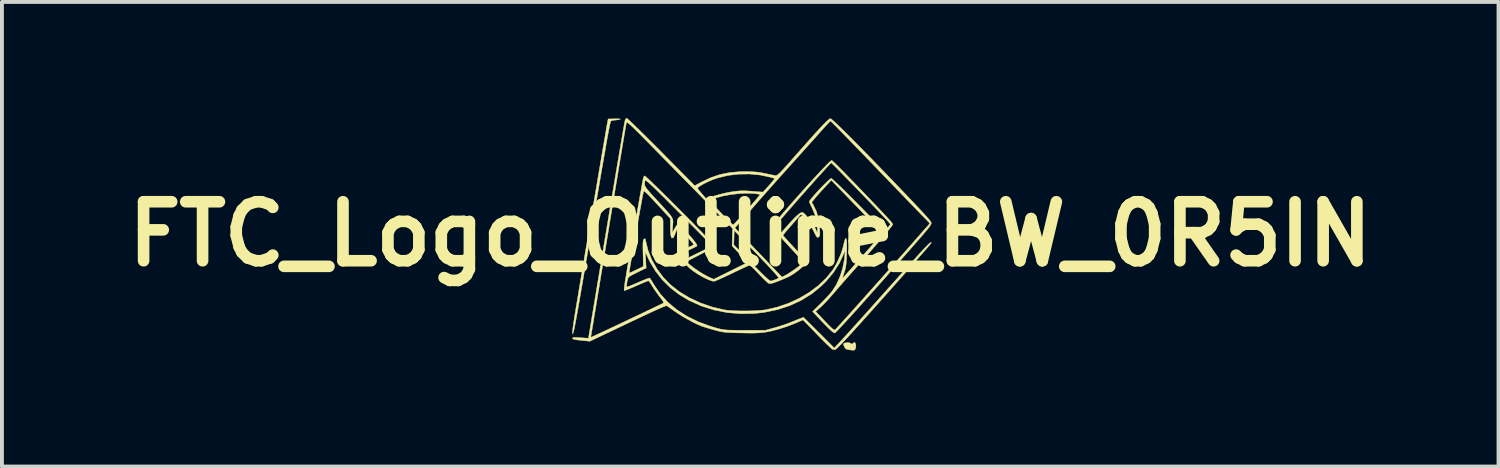
<source format=kicad_pcb>
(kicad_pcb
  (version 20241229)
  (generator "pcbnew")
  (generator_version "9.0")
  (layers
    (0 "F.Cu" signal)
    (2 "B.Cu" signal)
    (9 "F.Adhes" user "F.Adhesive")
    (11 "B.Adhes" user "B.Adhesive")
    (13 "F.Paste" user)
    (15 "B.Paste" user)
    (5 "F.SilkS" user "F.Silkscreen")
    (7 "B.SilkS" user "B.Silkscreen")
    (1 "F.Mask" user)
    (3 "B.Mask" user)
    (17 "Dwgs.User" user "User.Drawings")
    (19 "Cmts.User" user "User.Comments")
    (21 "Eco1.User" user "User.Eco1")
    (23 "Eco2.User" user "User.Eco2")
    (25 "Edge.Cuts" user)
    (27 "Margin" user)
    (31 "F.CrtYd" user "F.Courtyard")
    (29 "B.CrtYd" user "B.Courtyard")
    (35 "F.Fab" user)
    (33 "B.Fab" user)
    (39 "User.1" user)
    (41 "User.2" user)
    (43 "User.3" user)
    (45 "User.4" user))
  (footprint "FTC_Logo_Outline_BW_0R5IN"
    (layer "F.Cu")
    (at 16.336 2.998)
    (property "Reference" "FTC_Logo_Outline_BW_0R5IN" (at 0 0 0) (layer "F.SilkS") (effects (font (size 1.524 1.524) (thickness 0.3))))
    (attr through_hole)
    (fp_poly (pts (xy 2.712 2.812) (xy 2.728 2.859) (xy 2.731 2.899) (xy 2.719 2.965) (xy 2.688 3) (xy 2.649 3.002) (xy 2.621 2.998) (xy 2.568 2.992) (xy 2.551 2.99) (xy 2.491 2.978) (xy 2.455 2.95) (xy 2.444 2.932) (xy 2.582 2.932) (xy 2.593 2.942) (xy 2.603 2.932) (xy 2.593 2.921) (xy 2.582 2.932) (xy 2.444 2.932) (xy 2.432 2.91) (xy 2.667 2.91) (xy 2.678 2.921) (xy 2.688 2.91) (xy 2.678 2.9) (xy 2.667 2.91) (xy 2.432 2.91) (xy 2.431 2.908) (xy 2.41 2.859) (xy 2.41 2.835) (xy 2.433 2.82) (xy 2.448 2.814) (xy 2.507 2.804) (xy 2.568 2.811) (xy 2.611 2.833) (xy 2.616 2.84) (xy 2.636 2.842) (xy 2.655 2.824) (xy 2.687 2.799) (xy 2.712 2.812)) (stroke (width 0.01) (type solid)) (fill yes) (layer "F.SilkS"))
    (fp_poly (pts (xy -3.361 -2.974) (xy -3.357 -2.967) (xy -3.365 -2.964) (xy -3.425 -2.951) (xy -3.493 -2.944) (xy -3.551 -2.937) (xy -3.594 -2.924) (xy -3.596 -2.923) (xy -3.6 -2.919) (xy -3.605 -2.91) (xy -3.61 -2.894) (xy -3.617 -2.87) (xy -3.625 -2.837) (xy -3.635 -2.791) (xy -3.646 -2.732) (xy -3.661 -2.658) (xy -3.678 -2.567) (xy -3.698 -2.458) (xy -3.721 -2.328) (xy -3.747 -2.176) (xy -3.778 -2) (xy -3.813 -1.799) (xy -3.853 -1.57) (xy -3.897 -1.312) (xy -3.946 -1.024) (xy -4.001 -0.703) (xy -4.062 -0.347) (xy -4.128 0.044) (xy -4.201 0.473) (xy -4.281 0.941) (xy -4.308 1.101) (xy -4.361 1.409) (xy -4.407 1.677) (xy -4.447 1.907) (xy -4.482 2.1) (xy -4.511 2.258) (xy -4.535 2.383) (xy -4.554 2.476) (xy -4.57 2.539) (xy -4.581 2.573) (xy -4.588 2.581) (xy -4.592 2.564) (xy -4.593 2.53) (xy -4.59 2.491) (xy -4.581 2.417) (xy -4.567 2.317) (xy -4.549 2.199) (xy -4.529 2.069) (xy -4.528 2.066) (xy -4.515 1.986) (xy -4.497 1.872) (xy -4.472 1.727) (xy -4.443 1.553) (xy -4.41 1.354) (xy -4.373 1.134) (xy -4.333 0.895) (xy -4.29 0.64) (xy -4.245 0.374) (xy -4.198 0.098) (xy -4.151 -0.183) (xy -4.103 -0.466) (xy -4.055 -0.748) (xy -4.007 -1.027) (xy -3.961 -1.297) (xy -3.917 -1.558) (xy -3.875 -1.804) (xy -3.836 -2.034) (xy -3.8 -2.243) (xy -3.768 -2.429) (xy -3.741 -2.588) (xy -3.719 -2.717) (xy -3.702 -2.813) (xy -3.692 -2.872) (xy -3.688 -2.889) (xy -3.671 -2.974) (xy -3.492 -2.978) (xy -3.406 -2.978) (xy -3.361 -2.974)) (stroke (width 0.01) (type solid)) (fill yes) (layer "F.SilkS"))
    (fp_poly (pts (xy -3.187 -2.99) (xy -3.158 -2.967) (xy -3.103 -2.916) (xy -3.022 -2.839) (xy -2.918 -2.739) (xy -2.794 -2.617) (xy -2.652 -2.476) (xy -2.493 -2.319) (xy -2.321 -2.146) (xy -2.138 -1.961) (xy -2.014 -1.836) (xy -1.435 -1.249) (xy -1.263 -1.342) (xy -1.023 -1.456) (xy -0.783 -1.538) (xy -0.533 -1.589) (xy -0.264 -1.613) (xy -0.127 -1.615) (xy 0.034 -1.612) (xy 0.17 -1.602) (xy 0.298 -1.583) (xy 0.381 -1.566) (xy 0.478 -1.546) (xy 0.565 -1.528) (xy 0.63 -1.515) (xy 0.656 -1.511) (xy 0.674 -1.512) (xy 0.696 -1.523) (xy 0.726 -1.546) (xy 0.768 -1.584) (xy 0.823 -1.641) (xy 0.895 -1.719) (xy 0.987 -1.821) (xy 1.101 -1.95) (xy 1.185 -2.045) (xy 1.373 -2.258) (xy 1.534 -2.439) (xy 1.671 -2.592) (xy 1.786 -2.717) (xy 1.879 -2.816) (xy 1.953 -2.89) (xy 2.008 -2.942) (xy 2.047 -2.973) (xy 2.071 -2.984) (xy 2.073 -2.985) (xy 2.098 -2.969) (xy 2.149 -2.925) (xy 2.226 -2.854) (xy 2.326 -2.758) (xy 2.448 -2.638) (xy 2.591 -2.496) (xy 2.751 -2.334) (xy 2.928 -2.155) (xy 3.12 -1.959) (xy 3.324 -1.748) (xy 3.539 -1.525) (xy 3.763 -1.292) (xy 3.865 -1.185) (xy 4.042 -1) (xy 4.191 -0.843) (xy 4.316 -0.711) (xy 4.417 -0.603) (xy 4.498 -0.515) (xy 4.561 -0.446) (xy 4.608 -0.392) (xy 4.641 -0.352) (xy 4.662 -0.322) (xy 4.673 -0.301) (xy 4.678 -0.285) (xy 4.678 -0.282) (xy 4.675 -0.265) (xy 4.666 -0.243) (xy 4.648 -0.214) (xy 4.619 -0.173) (xy 4.575 -0.118) (xy 4.514 -0.045) (xy 4.435 0.048) (xy 4.333 0.165) (xy 4.208 0.308) (xy 4.126 0.402) (xy 3.86 0.704) (xy 3.61 0.988) (xy 3.376 1.252) (xy 3.16 1.495) (xy 2.962 1.716) (xy 2.785 1.915) (xy 2.628 2.088) (xy 2.493 2.237) (xy 2.381 2.358) (xy 2.292 2.452) (xy 2.229 2.517) (xy 2.192 2.551) (xy 2.183 2.557) (xy 2.154 2.546) (xy 2.104 2.507) (xy 2.03 2.439) (xy 1.932 2.34) (xy 1.877 2.283) (xy 1.611 2.002) (xy 1.818 1.8) (xy 1.906 1.711) (xy 1.993 1.619) (xy 2.07 1.533) (xy 2.125 1.465) (xy 2.126 1.465) (xy 2.23 1.299) (xy 2.318 1.104) (xy 2.387 0.89) (xy 2.431 0.667) (xy 2.443 0.561) (xy 2.449 0.485) (xy 2.45 0.447) (xy 2.446 0.443) (xy 2.434 0.467) (xy 2.425 0.491) (xy 2.303 0.754) (xy 2.147 0.998) (xy 1.954 1.227) (xy 1.842 1.338) (xy 1.596 1.54) (xy 1.323 1.71) (xy 1.026 1.848) (xy 0.706 1.953) (xy 0.367 2.023) (xy 0.112 2.052) (xy -0.246 2.059) (xy -0.598 2.029) (xy -0.941 1.96) (xy -1.269 1.856) (xy -1.579 1.716) (xy -1.839 1.561) (xy -2.066 1.385) (xy -2.271 1.182) (xy -2.448 0.956) (xy -2.592 0.717) (xy -2.637 0.624) (xy -2.712 0.455) (xy -2.7 0.667) (xy -2.689 0.878) (xy -2.899 0.979) (xy -2.988 1.024) (xy -3.064 1.064) (xy -3.119 1.096) (xy -3.14 1.111) (xy -3.158 1.145) (xy -3.175 1.202) (xy -3.188 1.267) (xy -3.195 1.326) (xy -3.193 1.363) (xy -3.19 1.367) (xy -3.169 1.363) (xy -3.115 1.344) (xy -3.037 1.312) (xy -2.942 1.272) (xy -2.897 1.252) (xy -2.796 1.208) (xy -2.709 1.173) (xy -2.643 1.147) (xy -2.604 1.136) (xy -2.599 1.136) (xy -2.581 1.157) (xy -2.549 1.206) (xy -2.509 1.274) (xy -2.495 1.298) (xy -2.33 1.54) (xy -2.131 1.76) (xy -1.897 1.955) (xy -1.631 2.126) (xy -1.332 2.272) (xy -1.001 2.392) (xy -0.873 2.429) (xy -0.807 2.447) (xy -0.749 2.46) (xy -0.691 2.47) (xy -0.627 2.477) (xy -0.55 2.482) (xy -0.453 2.484) (xy -0.329 2.486) (xy -0.171 2.486) (xy -0.138 2.486) (xy 0.392 2.487) (xy 0.636 2.419) (xy 0.752 2.385) (xy 0.872 2.346) (xy 0.979 2.309) (xy 1.038 2.285) (xy 1.127 2.249) (xy 1.214 2.213) (xy 1.282 2.186) (xy 1.286 2.185) (xy 1.377 2.15) (xy 1.775 2.547) (xy 2.173 2.945) (xy 2.395 2.706) (xy 2.454 2.642) (xy 2.537 2.551) (xy 2.64 2.436) (xy 2.761 2.303) (xy 2.895 2.154) (xy 3.038 1.995) (xy 3.186 1.829) (xy 3.337 1.661) (xy 3.355 1.64) (xy 3.578 1.391) (xy 3.775 1.171) (xy 3.947 0.98) (xy 4.095 0.814) (xy 4.223 0.674) (xy 4.33 0.556) (xy 4.419 0.458) (xy 4.491 0.38) (xy 4.549 0.32) (xy 4.594 0.275) (xy 4.627 0.244) (xy 4.65 0.225) (xy 4.665 0.216) (xy 4.674 0.216) (xy 4.677 0.223) (xy 4.678 0.23) (xy 4.664 0.249) (xy 4.625 0.296) (xy 4.562 0.369) (xy 4.479 0.464) (xy 4.378 0.58) (xy 4.262 0.712) (xy 4.133 0.859) (xy 3.994 1.017) (xy 3.847 1.183) (xy 3.695 1.354) (xy 3.541 1.528) (xy 3.387 1.701) (xy 3.236 1.87) (xy 3.089 2.034) (xy 2.951 2.188) (xy 2.824 2.33) (xy 2.709 2.457) (xy 2.61 2.566) (xy 2.529 2.655) (xy 2.483 2.704) (xy 2.4 2.792) (xy 2.324 2.87) (xy 2.262 2.931) (xy 2.219 2.971) (xy 2.203 2.983) (xy 2.158 2.989) (xy 2.108 2.965) (xy 2.077 2.939) (xy 2.022 2.887) (xy 1.947 2.815) (xy 1.858 2.726) (xy 1.76 2.627) (xy 1.708 2.572) (xy 1.365 2.218) (xy 1.192 2.293) (xy 0.979 2.377) (xy 0.756 2.45) (xy 0.542 2.507) (xy 0.417 2.532) (xy 0.335 2.544) (xy 0.247 2.552) (xy 0.145 2.557) (xy 0.022 2.559) (xy -0.131 2.557) (xy -0.233 2.555) (xy -0.387 2.552) (xy -0.507 2.547) (xy -0.601 2.542) (xy -0.679 2.534) (xy -0.747 2.523) (xy -0.815 2.509) (xy -0.891 2.489) (xy -0.921 2.481) (xy -1.025 2.451) (xy -1.123 2.422) (xy -1.203 2.397) (xy -1.243 2.384) (xy -1.347 2.341) (xy -1.473 2.28) (xy -1.61 2.206) (xy -1.748 2.128) (xy -1.873 2.049) (xy -1.944 2.001) (xy -2.022 1.946) (xy -2.089 1.899) (xy -2.136 1.866) (xy -2.153 1.855) (xy -2.162 1.853) (xy -2.178 1.856) (xy -2.205 1.864) (xy -2.244 1.879) (xy -2.299 1.902) (xy -2.371 1.934) (xy -2.465 1.976) (xy -2.582 2.03) (xy -2.725 2.097) (xy -2.897 2.178) (xy -3.101 2.274) (xy -3.338 2.387) (xy -3.475 2.452) (xy -4.145 2.77) (xy -4.369 2.747) (xy -4.475 2.735) (xy -4.544 2.723) (xy -4.581 2.71) (xy -4.593 2.695) (xy -4.593 2.694) (xy -4.587 2.68) (xy -4.563 2.673) (xy -4.514 2.671) (xy -4.433 2.675) (xy -4.387 2.678) (xy -4.18 2.693) (xy -4.175 2.661) (xy -4.117 2.661) (xy -4.113 2.667) (xy -4.092 2.658) (xy -4.037 2.633) (xy -3.951 2.593) (xy -3.838 2.541) (xy -3.701 2.477) (xy -3.545 2.404) (xy -3.374 2.323) (xy -3.19 2.236) (xy -3.178 2.23) (xy -2.993 2.143) (xy -2.82 2.061) (xy -2.663 1.985) (xy -2.524 1.919) (xy -2.409 1.864) (xy -2.32 1.821) (xy -2.262 1.792) (xy -2.238 1.779) (xy -2.238 1.779) (xy -2.243 1.758) (xy -2.271 1.712) (xy -2.315 1.65) (xy -2.34 1.618) (xy -2.406 1.53) (xy -2.474 1.434) (xy -2.529 1.349) (xy -2.535 1.339) (xy -2.575 1.274) (xy -2.609 1.227) (xy -2.63 1.207) (xy -2.631 1.206) (xy -2.657 1.215) (xy -2.713 1.237) (xy -2.792 1.27) (xy -2.887 1.311) (xy -2.907 1.32) (xy -3.007 1.364) (xy -3.097 1.402) (xy -3.167 1.431) (xy -3.209 1.447) (xy -3.212 1.448) (xy -3.224 1.453) (xy -3.234 1.459) (xy -3.244 1.463) (xy -3.251 1.462) (xy -3.256 1.455) (xy -3.258 1.438) (xy -3.257 1.41) (xy -3.253 1.367) (xy -3.245 1.308) (xy -3.234 1.229) (xy -3.217 1.129) (xy -3.197 1.005) (xy -3.129 1.005) (xy -3.128 1.006) (xy -3.108 1) (xy -3.058 0.979) (xy -2.988 0.946) (xy -2.942 0.924) (xy -2.762 0.836) (xy -2.77 0.497) (xy -2.773 0.367) (xy -2.773 0.272) (xy -2.77 0.208) (xy -2.764 0.166) (xy -2.755 0.141) (xy -2.745 0.13) (xy -2.723 0.118) (xy -2.709 0.133) (xy -2.699 0.183) (xy -2.699 0.184) (xy -2.639 0.427) (xy -2.541 0.668) (xy -2.41 0.9) (xy -2.25 1.115) (xy -2.065 1.306) (xy -2.062 1.309) (xy -1.835 1.487) (xy -1.576 1.644) (xy -1.293 1.777) (xy -0.993 1.882) (xy -0.684 1.956) (xy -0.677 1.957) (xy -0.564 1.972) (xy -0.42 1.982) (xy -0.257 1.987) (xy -0.085 1.987) (xy 0.085 1.983) (xy 0.24 1.974) (xy 0.37 1.961) (xy 0.404 1.956) (xy 0.702 1.887) (xy 0.992 1.788) (xy 1.268 1.66) (xy 1.526 1.507) (xy 1.76 1.332) (xy 1.964 1.138) (xy 2.132 0.929) (xy 2.136 0.924) (xy 2.207 0.805) (xy 2.278 0.663) (xy 2.342 0.514) (xy 2.389 0.374) (xy 2.401 0.328) (xy 2.425 0.229) (xy 2.442 0.164) (xy 2.454 0.128) (xy 2.464 0.114) (xy 2.474 0.116) (xy 2.481 0.123) (xy 2.49 0.155) (xy 2.495 0.226) (xy 2.496 0.335) (xy 2.493 0.48) (xy 2.493 0.491) (xy 2.488 0.629) (xy 2.482 0.734) (xy 2.473 0.816) (xy 2.461 0.885) (xy 2.444 0.949) (xy 2.43 0.99) (xy 2.406 1.062) (xy 2.39 1.116) (xy 2.384 1.142) (xy 2.384 1.143) (xy 2.4 1.128) (xy 2.439 1.085) (xy 2.498 1.02) (xy 2.573 0.936) (xy 2.66 0.839) (xy 2.755 0.732) (xy 2.854 0.621) (xy 2.952 0.509) (xy 3.047 0.402) (xy 3.133 0.303) (xy 3.207 0.218) (xy 3.236 0.183) (xy 3.414 -0.024) (xy 3.309 -0.134) (xy 3.27 -0.174) (xy 3.206 -0.241) (xy 3.121 -0.33) (xy 3.018 -0.436) (xy 2.902 -0.556) (xy 2.778 -0.686) (xy 2.65 -0.818) (xy 2.095 -1.393) (xy 1.907 -1.189) (xy 1.829 -1.104) (xy 1.755 -1.022) (xy 1.694 -0.952) (xy 1.654 -0.903) (xy 1.653 -0.902) (xy 1.588 -0.82) (xy 1.63 -0.752) (xy 1.713 -0.578) (xy 1.769 -0.377) (xy 1.793 -0.173) (xy 1.798 -0.072) (xy 1.799 -0.006) (xy 1.795 0.036) (xy 1.784 0.061) (xy 1.767 0.077) (xy 1.747 0.088) (xy 1.729 0.083) (xy 1.708 0.057) (xy 1.679 0.004) (xy 1.638 -0.079) (xy 1.592 -0.165) (xy 1.537 -0.253) (xy 1.477 -0.336) (xy 1.418 -0.408) (xy 1.366 -0.463) (xy 1.324 -0.495) (xy 1.299 -0.497) (xy 1.297 -0.496) (xy 1.278 -0.473) (xy 1.236 -0.424) (xy 1.176 -0.356) (xy 1.104 -0.274) (xy 1.064 -0.228) (xy 0.989 -0.143) (xy 0.925 -0.069) (xy 0.878 -0.011) (xy 0.851 0.024) (xy 0.847 0.031) (xy 0.86 0.051) (xy 0.899 0.095) (xy 0.957 0.16) (xy 1.03 0.24) (xy 1.099 0.314) (xy 1.209 0.431) (xy 1.292 0.521) (xy 1.353 0.59) (xy 1.395 0.64) (xy 1.42 0.678) (xy 1.432 0.706) (xy 1.434 0.729) (xy 1.431 0.751) (xy 1.407 0.789) (xy 1.355 0.843) (xy 1.283 0.906) (xy 1.2 0.971) (xy 1.113 1.032) (xy 1.03 1.083) (xy 1.007 1.094) (xy 0.939 1.127) (xy 0.847 1.167) (xy 0.748 1.207) (xy 0.712 1.221) (xy 0.615 1.257) (xy 0.549 1.276) (xy 0.504 1.28) (xy 0.476 1.274) (xy 0.445 1.251) (xy 0.393 1.203) (xy 0.325 1.137) (xy 0.248 1.058) (xy 0.221 1.029) (xy 0.145 0.949) (xy 0.078 0.882) (xy 0.025 0.832) (xy -0.007 0.807) (xy -0.012 0.804) (xy -0.037 0.813) (xy -0.095 0.838) (xy -0.178 0.876) (xy -0.283 0.925) (xy -0.401 0.981) (xy -0.453 1.006) (xy -0.578 1.066) (xy -0.694 1.12) (xy -0.794 1.165) (xy -0.871 1.198) (xy -0.918 1.217) (xy -0.927 1.219) (xy -0.979 1.215) (xy -1.056 1.189) (xy -1.151 1.147) (xy -1.256 1.092) (xy -1.363 1.029) (xy -1.464 0.962) (xy -1.55 0.895) (xy -1.55 0.895) (xy -1.644 0.809) (xy -1.729 0.723) (xy -1.801 0.642) (xy -1.853 0.574) (xy -1.881 0.523) (xy -1.884 0.508) (xy -1.872 0.485) (xy -1.835 0.457) (xy -1.767 0.421) (xy -1.672 0.378) (xy -1.586 0.339) (xy -1.517 0.306) (xy -1.473 0.281) (xy -1.46 0.27) (xy -1.474 0.249) (xy -1.509 0.205) (xy -1.561 0.144) (xy -1.621 0.075) (xy -1.684 0.004) (xy -1.744 -0.061) (xy -1.792 -0.112) (xy -1.824 -0.143) (xy -1.825 -0.143) (xy -1.851 -0.157) (xy -1.875 -0.146) (xy -1.9 -0.106) (xy -1.931 -0.032) (xy -1.937 -0.015) (xy -1.962 0.045) (xy -1.985 0.088) (xy -1.995 0.098) (xy -2.023 0.103) (xy -2.043 0.074) (xy -2.056 0.01) (xy -2.063 -0.091) (xy -2.064 -0.169) (xy -2.064 -0.4) (xy -2.402 -0.769) (xy -2.515 -0.89) (xy -2.603 -0.983) (xy -2.668 -1.048) (xy -2.713 -1.088) (xy -2.741 -1.106) (xy -2.755 -1.105) (xy -2.755 -1.103) (xy -2.762 -1.076) (xy -2.775 -1.013) (xy -2.793 -0.918) (xy -2.815 -0.797) (xy -2.841 -0.654) (xy -2.87 -0.494) (xy -2.901 -0.322) (xy -2.933 -0.143) (xy -2.965 0.039) (xy -2.997 0.218) (xy -3.027 0.39) (xy -3.054 0.551) (xy -3.079 0.694) (xy -3.1 0.816) (xy -3.115 0.912) (xy -3.125 0.977) (xy -3.129 1.005) (xy -3.197 1.005) (xy -3.197 1.004) (xy -3.171 0.853) (xy -3.139 0.672) (xy -3.102 0.46) (xy -3.059 0.213) (xy -3.009 -0.07) (xy -2.953 -0.392) (xy -2.951 -0.402) (xy -2.915 -0.606) (xy -2.881 -0.798) (xy -2.85 -0.974) (xy -2.822 -1.13) (xy -2.799 -1.26) (xy -2.793 -1.294) (xy -2.731 -1.294) (xy -2.725 -1.258) (xy -2.706 -1.217) (xy -2.671 -1.167) (xy -2.618 -1.103) (xy -2.543 -1.018) (xy -2.442 -0.909) (xy -2.426 -0.891) (xy -2.303 -0.758) (xy -2.206 -0.652) (xy -2.131 -0.568) (xy -2.075 -0.502) (xy -2.037 -0.45) (xy -2.013 -0.407) (xy -2 -0.368) (xy -1.995 -0.329) (xy -1.996 -0.286) (xy -2 -0.234) (xy -2.001 -0.214) (xy -2.013 -0.032) (xy -1.959 -0.131) (xy -1.925 -0.189) (xy -1.896 -0.231) (xy -1.885 -0.243) (xy -1.858 -0.236) (xy -1.811 -0.203) (xy -1.749 -0.149) (xy -1.677 -0.08) (xy -1.603 -0.002) (xy -1.53 0.078) (xy -1.465 0.155) (xy -1.414 0.223) (xy -1.382 0.274) (xy -1.374 0.304) (xy -1.375 0.306) (xy -1.403 0.325) (xy -1.46 0.354) (xy -1.538 0.391) (xy -1.609 0.422) (xy -1.702 0.463) (xy -1.762 0.492) (xy -1.793 0.513) (xy -1.803 0.531) (xy -1.795 0.548) (xy -1.795 0.548) (xy -1.741 0.616) (xy -1.706 0.651) (xy -1.697 0.656) (xy -1.675 0.647) (xy -1.622 0.622) (xy -1.543 0.585) (xy -1.445 0.537) (xy -1.34 0.486) (xy -1.23 0.431) (xy -1.135 0.382) (xy -1.06 0.342) (xy -1.011 0.313) (xy -0.995 0.301) (xy -1.009 0.283) (xy -1.051 0.239) (xy -1.118 0.17) (xy -1.206 0.079) (xy -1.314 -0.031) (xy -1.439 -0.157) (xy -1.578 -0.296) (xy -1.728 -0.447) (xy -1.851 -0.57) (xy -2.033 -0.752) (xy -2.188 -0.907) (xy -2.318 -1.035) (xy -2.424 -1.14) (xy -2.51 -1.223) (xy -2.578 -1.286) (xy -2.629 -1.332) (xy -2.666 -1.362) (xy -2.691 -1.379) (xy -2.707 -1.385) (xy -2.716 -1.381) (xy -2.719 -1.374) (xy -2.728 -1.331) (xy -2.731 -1.294) (xy -2.793 -1.294) (xy -2.78 -1.363) (xy -2.767 -1.432) (xy -2.76 -1.465) (xy -2.76 -1.466) (xy -2.738 -1.497) (xy -2.723 -1.503) (xy -2.704 -1.488) (xy -2.657 -1.446) (xy -2.586 -1.379) (xy -2.494 -1.29) (xy -2.382 -1.181) (xy -2.255 -1.056) (xy -2.113 -0.916) (xy -1.961 -0.764) (xy -1.812 -0.615) (xy -1.602 -0.404) (xy -1.422 -0.221) (xy -1.271 -0.067) (xy -1.149 0.06) (xy -1.055 0.161) (xy -0.988 0.235) (xy -0.949 0.284) (xy -0.935 0.308) (xy -0.935 0.31) (xy -0.957 0.334) (xy -1.017 0.375) (xy -1.111 0.431) (xy -1.24 0.5) (xy -1.298 0.53) (xy -1.654 0.714) (xy -1.563 0.792) (xy -1.457 0.875) (xy -1.334 0.96) (xy -1.207 1.039) (xy -1.091 1.102) (xy -1.06 1.116) (xy -0.942 1.168) (xy -0.067 0.733) (xy -0.267 0.52) (xy -0.467 0.307) (xy -0.467 0.278) (xy -0.425 0.278) (xy 0.036 0.751) (xy 0.17 0.889) (xy 0.279 0.998) (xy 0.364 1.081) (xy 0.429 1.142) (xy 0.476 1.182) (xy 0.51 1.205) (xy 0.532 1.213) (xy 0.54 1.213) (xy 0.589 1.197) (xy 0.651 1.177) (xy 0.655 1.175) (xy 0.705 1.153) (xy 0.734 1.132) (xy 0.735 1.128) (xy 0.722 1.109) (xy 0.683 1.063) (xy 0.621 0.993) (xy 0.538 0.902) (xy 0.439 0.795) (xy 0.325 0.675) (xy 0.201 0.545) (xy 0.165 0.507) (xy -0.413 -0.092) (xy -0.419 0.093) (xy -0.425 0.278) (xy -0.467 0.278) (xy -0.462 0.08) (xy -0.456 -0.146) (xy -0.469 -0.159) (xy -0.397 -0.159) (xy -0.013 0.24) (xy 0.106 0.365) (xy 0.23 0.494) (xy 0.351 0.62) (xy 0.462 0.736) (xy 0.555 0.833) (xy 0.596 0.876) (xy 0.821 1.111) (xy 0.92 1.06) (xy 0.977 1.027) (xy 1.052 0.979) (xy 1.134 0.923) (xy 1.215 0.865) (xy 1.286 0.811) (xy 1.339 0.768) (xy 1.365 0.742) (xy 1.356 0.718) (xy 1.321 0.669) (xy 1.263 0.598) (xy 1.185 0.511) (xy 1.15 0.474) (xy 0.981 0.292) (xy 0.841 0.139) (xy 0.731 0.016) (xy 0.65 -0.079) (xy 0.597 -0.146) (xy 0.577 -0.18) (xy 0.617 -0.18) (xy 0.694 -0.101) (xy 0.739 -0.056) (xy 0.773 -0.027) (xy 0.783 -0.021) (xy 0.801 -0.036) (xy 0.839 -0.077) (xy 0.892 -0.136) (xy 0.926 -0.175) (xy 1.056 -0.323) (xy 1.164 -0.436) (xy 1.25 -0.513) (xy 1.313 -0.555) (xy 1.352 -0.562) (xy 1.389 -0.537) (xy 1.441 -0.484) (xy 1.502 -0.412) (xy 1.565 -0.33) (xy 1.623 -0.246) (xy 1.67 -0.169) (xy 1.686 -0.138) (xy 1.735 -0.032) (xy 1.735 -0.148) (xy 1.717 -0.329) (xy 1.666 -0.518) (xy 1.598 -0.677) (xy 1.563 -0.748) (xy 1.537 -0.803) (xy 1.524 -0.832) (xy 1.524 -0.834) (xy 1.538 -0.862) (xy 1.577 -0.914) (xy 1.635 -0.982) (xy 1.705 -1.062) (xy 1.784 -1.147) (xy 1.864 -1.232) (xy 1.941 -1.309) (xy 2.008 -1.374) (xy 2.059 -1.419) (xy 2.09 -1.44) (xy 2.093 -1.44) (xy 2.114 -1.426) (xy 2.162 -1.384) (xy 2.233 -1.318) (xy 2.324 -1.23) (xy 2.433 -1.124) (xy 2.555 -1.003) (xy 2.688 -0.869) (xy 2.805 -0.751) (xy 3.483 -0.06) (xy 3.553 -0.157) (xy 3.623 -0.255) (xy 3.554 -0.334) (xy 3.514 -0.378) (xy 3.452 -0.445) (xy 3.37 -0.532) (xy 3.272 -0.635) (xy 3.161 -0.75) (xy 3.041 -0.875) (xy 2.916 -1.005) (xy 2.788 -1.137) (xy 2.661 -1.268) (xy 2.539 -1.393) (xy 2.425 -1.51) (xy 2.323 -1.615) (xy 2.235 -1.704) (xy 2.165 -1.773) (xy 2.118 -1.82) (xy 2.095 -1.841) (xy 2.094 -1.841) (xy 2.076 -1.826) (xy 2.034 -1.782) (xy 1.97 -1.714) (xy 1.887 -1.623) (xy 1.789 -1.515) (xy 1.678 -1.392) (xy 1.558 -1.257) (xy 1.432 -1.115) (xy 1.303 -0.969) (xy 1.173 -0.822) (xy 1.047 -0.677) (xy 0.926 -0.539) (xy 0.872 -0.476) (xy 0.617 -0.18) (xy 0.577 -0.18) (xy 0.574 -0.185) (xy 0.572 -0.192) (xy 0.586 -0.218) (xy 0.625 -0.271) (xy 0.687 -0.348) (xy 0.767 -0.445) (xy 0.864 -0.559) (xy 0.973 -0.685) (xy 1.092 -0.821) (xy 1.217 -0.962) (xy 1.345 -1.106) (xy 1.473 -1.248) (xy 1.598 -1.385) (xy 1.716 -1.513) (xy 1.824 -1.63) (xy 1.92 -1.73) (xy 1.999 -1.811) (xy 2.059 -1.869) (xy 2.096 -1.9) (xy 2.106 -1.905) (xy 2.125 -1.89) (xy 2.17 -1.848) (xy 2.239 -1.781) (xy 2.327 -1.693) (xy 2.432 -1.587) (xy 2.55 -1.465) (xy 2.679 -1.332) (xy 2.765 -1.244) (xy 2.953 -1.047) (xy 3.114 -0.879) (xy 3.25 -0.737) (xy 3.362 -0.618) (xy 3.454 -0.521) (xy 3.527 -0.443) (xy 3.583 -0.382) (xy 3.624 -0.336) (xy 3.652 -0.302) (xy 3.67 -0.278) (xy 3.68 -0.261) (xy 3.683 -0.25) (xy 3.683 -0.249) (xy 3.669 -0.223) (xy 3.628 -0.168) (xy 3.56 -0.084) (xy 3.468 0.026) (xy 3.352 0.162) (xy 3.214 0.322) (xy 3.056 0.504) (xy 2.877 0.708) (xy 2.68 0.93) (xy 2.679 0.931) (xy 2.565 1.06) (xy 2.452 1.188) (xy 2.345 1.31) (xy 2.249 1.42) (xy 2.171 1.51) (xy 2.118 1.572) (xy 2.039 1.664) (xy 1.951 1.758) (xy 1.868 1.841) (xy 1.827 1.88) (xy 1.691 2.001) (xy 1.927 2.25) (xy 2.017 2.344) (xy 2.083 2.409) (xy 2.13 2.451) (xy 2.161 2.473) (xy 2.183 2.478) (xy 2.197 2.472) (xy 2.216 2.451) (xy 2.262 2.402) (xy 2.33 2.327) (xy 2.418 2.23) (xy 2.524 2.113) (xy 2.644 1.979) (xy 2.776 1.832) (xy 2.917 1.674) (xy 2.994 1.587) (xy 3.155 1.407) (xy 3.321 1.221) (xy 3.487 1.034) (xy 3.648 0.852) (xy 3.8 0.68) (xy 3.939 0.524) (xy 4.059 0.389) (xy 4.155 0.279) (xy 4.159 0.275) (xy 4.264 0.156) (xy 4.361 0.044) (xy 4.448 -0.054) (xy 4.519 -0.135) (xy 4.571 -0.193) (xy 4.599 -0.226) (xy 4.601 -0.228) (xy 4.643 -0.276) (xy 4.432 -0.492) (xy 4.382 -0.544) (xy 4.305 -0.623) (xy 4.205 -0.727) (xy 4.085 -0.851) (xy 3.947 -0.995) (xy 3.794 -1.153) (xy 3.63 -1.323) (xy 3.457 -1.502) (xy 3.279 -1.688) (xy 3.156 -1.815) (xy 2.982 -1.996) (xy 2.816 -2.167) (xy 2.661 -2.327) (xy 2.519 -2.473) (xy 2.393 -2.603) (xy 2.284 -2.714) (xy 2.196 -2.803) (xy 2.13 -2.869) (xy 2.089 -2.909) (xy 2.075 -2.921) (xy 2.057 -2.906) (xy 2.015 -2.864) (xy 1.956 -2.802) (xy 1.885 -2.723) (xy 1.839 -2.672) (xy 1.775 -2.6) (xy 1.686 -2.5) (xy 1.579 -2.38) (xy 1.457 -2.245) (xy 1.326 -2.099) (xy 1.191 -1.948) (xy 1.055 -1.797) (xy 1.048 -1.789) (xy 0.91 -1.635) (xy 0.769 -1.478) (xy 0.631 -1.323) (xy 0.501 -1.177) (xy 0.383 -1.044) (xy 0.284 -0.932) (xy 0.209 -0.847) (xy 0.111 -0.734) (xy 0.008 -0.616) (xy -0.091 -0.503) (xy -0.178 -0.405) (xy -0.227 -0.349) (xy -0.397 -0.159) (xy -0.469 -0.159) (xy -0.9 -0.597) (xy -0.999 -0.697) (xy -1.123 -0.823) (xy -1.166 -0.866) (xy -1.06 -0.866) (xy -0.758 -0.549) (xy -0.667 -0.455) (xy -0.585 -0.372) (xy -0.517 -0.305) (xy -0.468 -0.259) (xy -0.442 -0.239) (xy -0.439 -0.238) (xy -0.421 -0.255) (xy -0.378 -0.299) (xy -0.316 -0.366) (xy -0.238 -0.451) (xy -0.149 -0.551) (xy -0.084 -0.623) (xy 0.011 -0.73) (xy 0.095 -0.826) (xy 0.165 -0.908) (xy 0.217 -0.97) (xy 0.248 -1.008) (xy 0.254 -1.018) (xy 0.234 -1.027) (xy 0.182 -1.036) (xy 0.107 -1.045) (xy 0.069 -1.049) (xy -0.107 -1.054) (xy -0.302 -1.044) (xy -0.504 -1.02) (xy -0.698 -0.985) (xy -0.872 -0.939) (xy -0.98 -0.9) (xy -1.06 -0.866) (xy -1.166 -0.866) (xy -1.268 -0.971) (xy -1.429 -1.135) (xy -1.472 -1.178) (xy -1.361 -1.178) (xy -1.341 -1.151) (xy -1.301 -1.102) (xy -1.25 -1.041) (xy -1.244 -1.034) (xy -1.141 -0.915) (xy -0.916 -0.988) (xy -0.791 -1.024) (xy -0.648 -1.059) (xy -0.511 -1.086) (xy -0.458 -1.095) (xy -0.343 -1.11) (xy -0.242 -1.117) (xy -0.14 -1.118) (xy -0.02 -1.111) (xy 0.051 -1.106) (xy 0.328 -1.084) (xy 0.42 -1.182) (xy 0.481 -1.25) (xy 0.542 -1.32) (xy 0.573 -1.358) (xy 0.636 -1.436) (xy 0.524 -1.468) (xy 0.261 -1.525) (xy -0.017 -1.552) (xy -0.299 -1.548) (xy -0.575 -1.515) (xy -0.836 -1.452) (xy -0.963 -1.408) (xy -1.074 -1.361) (xy -1.175 -1.312) (xy -1.26 -1.266) (xy -1.323 -1.225) (xy -1.358 -1.193) (xy -1.361 -1.178) (xy -1.472 -1.178) (xy -1.602 -1.311) (xy -1.783 -1.495) (xy -1.967 -1.682) (xy -2.149 -1.868) (xy -2.265 -1.986) (xy -2.453 -2.178) (xy -2.613 -2.341) (xy -2.749 -2.478) (xy -2.861 -2.591) (xy -2.953 -2.682) (xy -3.026 -2.754) (xy -3.082 -2.807) (xy -3.125 -2.844) (xy -3.155 -2.868) (xy -3.176 -2.88) (xy -3.189 -2.883) (xy -3.196 -2.878) (xy -3.201 -2.868) (xy -3.202 -2.865) (xy -3.207 -2.837) (xy -3.219 -2.769) (xy -3.237 -2.665) (xy -3.26 -2.527) (xy -3.289 -2.358) (xy -3.322 -2.159) (xy -3.36 -1.933) (xy -3.401 -1.684) (xy -3.446 -1.413) (xy -3.494 -1.123) (xy -3.545 -0.817) (xy -3.598 -0.496) (xy -3.653 -0.165) (xy -3.662 -0.106) (xy -3.717 0.227) (xy -3.77 0.549) (xy -3.821 0.857) (xy -3.869 1.148) (xy -3.914 1.421) (xy -3.956 1.673) (xy -3.993 1.901) (xy -4.027 2.102) (xy -4.055 2.275) (xy -4.079 2.417) (xy -4.097 2.524) (xy -4.109 2.596) (xy -4.115 2.628) (xy -4.115 2.63) (xy -4.117 2.661) (xy -4.175 2.661) (xy -3.72 -0.077) (xy -3.664 -0.415) (xy -3.609 -0.743) (xy -3.557 -1.057) (xy -3.507 -1.356) (xy -3.46 -1.636) (xy -3.416 -1.896) (xy -3.376 -2.132) (xy -3.34 -2.343) (xy -3.309 -2.525) (xy -3.283 -2.677) (xy -3.262 -2.795) (xy -3.247 -2.877) (xy -3.239 -2.921) (xy -3.238 -2.927) (xy -3.218 -2.979) (xy -3.196 -2.993) (xy -3.187 -2.99)) (stroke (width 0.01) (type solid)) (fill yes) (layer "F.SilkS")))
  (gr_rect
    (start -3 -3)
    (end 35.672 9.005)
    (stroke (width 0.1) (type default))
    (fill no)
    (layer "Edge.Cuts")))
</source>
